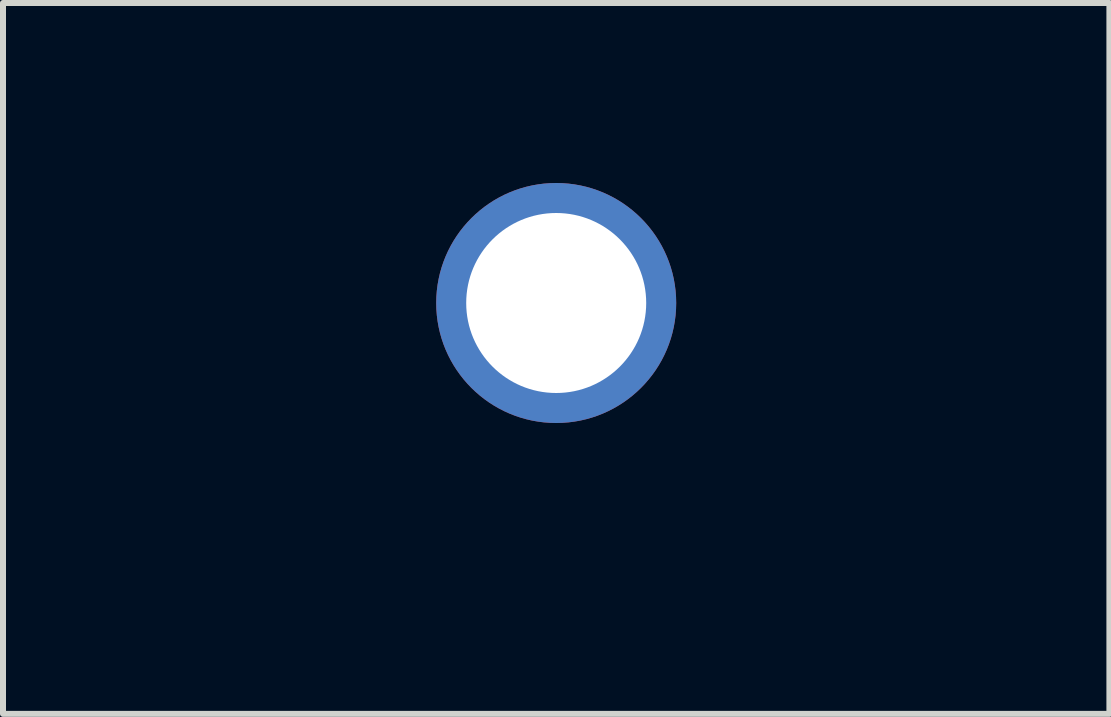
<source format=kicad_pcb>
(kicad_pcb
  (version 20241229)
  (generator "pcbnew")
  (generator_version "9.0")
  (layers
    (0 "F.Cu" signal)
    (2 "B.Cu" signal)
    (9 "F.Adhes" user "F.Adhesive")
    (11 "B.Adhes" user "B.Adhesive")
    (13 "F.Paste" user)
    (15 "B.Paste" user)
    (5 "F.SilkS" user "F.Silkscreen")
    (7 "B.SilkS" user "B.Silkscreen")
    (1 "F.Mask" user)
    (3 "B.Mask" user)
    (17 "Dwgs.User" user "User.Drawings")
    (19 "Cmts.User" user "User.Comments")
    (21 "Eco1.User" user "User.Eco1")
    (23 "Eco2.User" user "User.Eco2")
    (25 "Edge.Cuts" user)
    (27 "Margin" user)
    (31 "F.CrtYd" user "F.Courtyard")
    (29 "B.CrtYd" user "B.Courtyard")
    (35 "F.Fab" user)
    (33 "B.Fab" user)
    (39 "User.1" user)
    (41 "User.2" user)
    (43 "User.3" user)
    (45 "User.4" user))
  (footprint "PTH-UL-3.0mm"
    (layer "F.Cu")
    (at 6.22 2)
    (property "Reference" "PTH-UL-3.0mm" (at 0 3 0) (layer "Eco2.User") (effects (font (size 1 1) (thickness 0.15))))
    (attr through_hole)
    (fp_circle (center 0 0) (end 1 0) (stroke (width 0.05) (type solid)) (fill no) (layer "F.CrtYd"))
    (pad "1" thru_hole circle (at 0 0) (size 4 4) (drill 3) (layers "*.Cu" "*.Mask")))
  (gr_rect
    (start -3 -3)
    (end 15.44 8.848)
    (stroke (width 0.1) (type default))
    (fill no)
    (layer "Edge.Cuts")))
</source>
